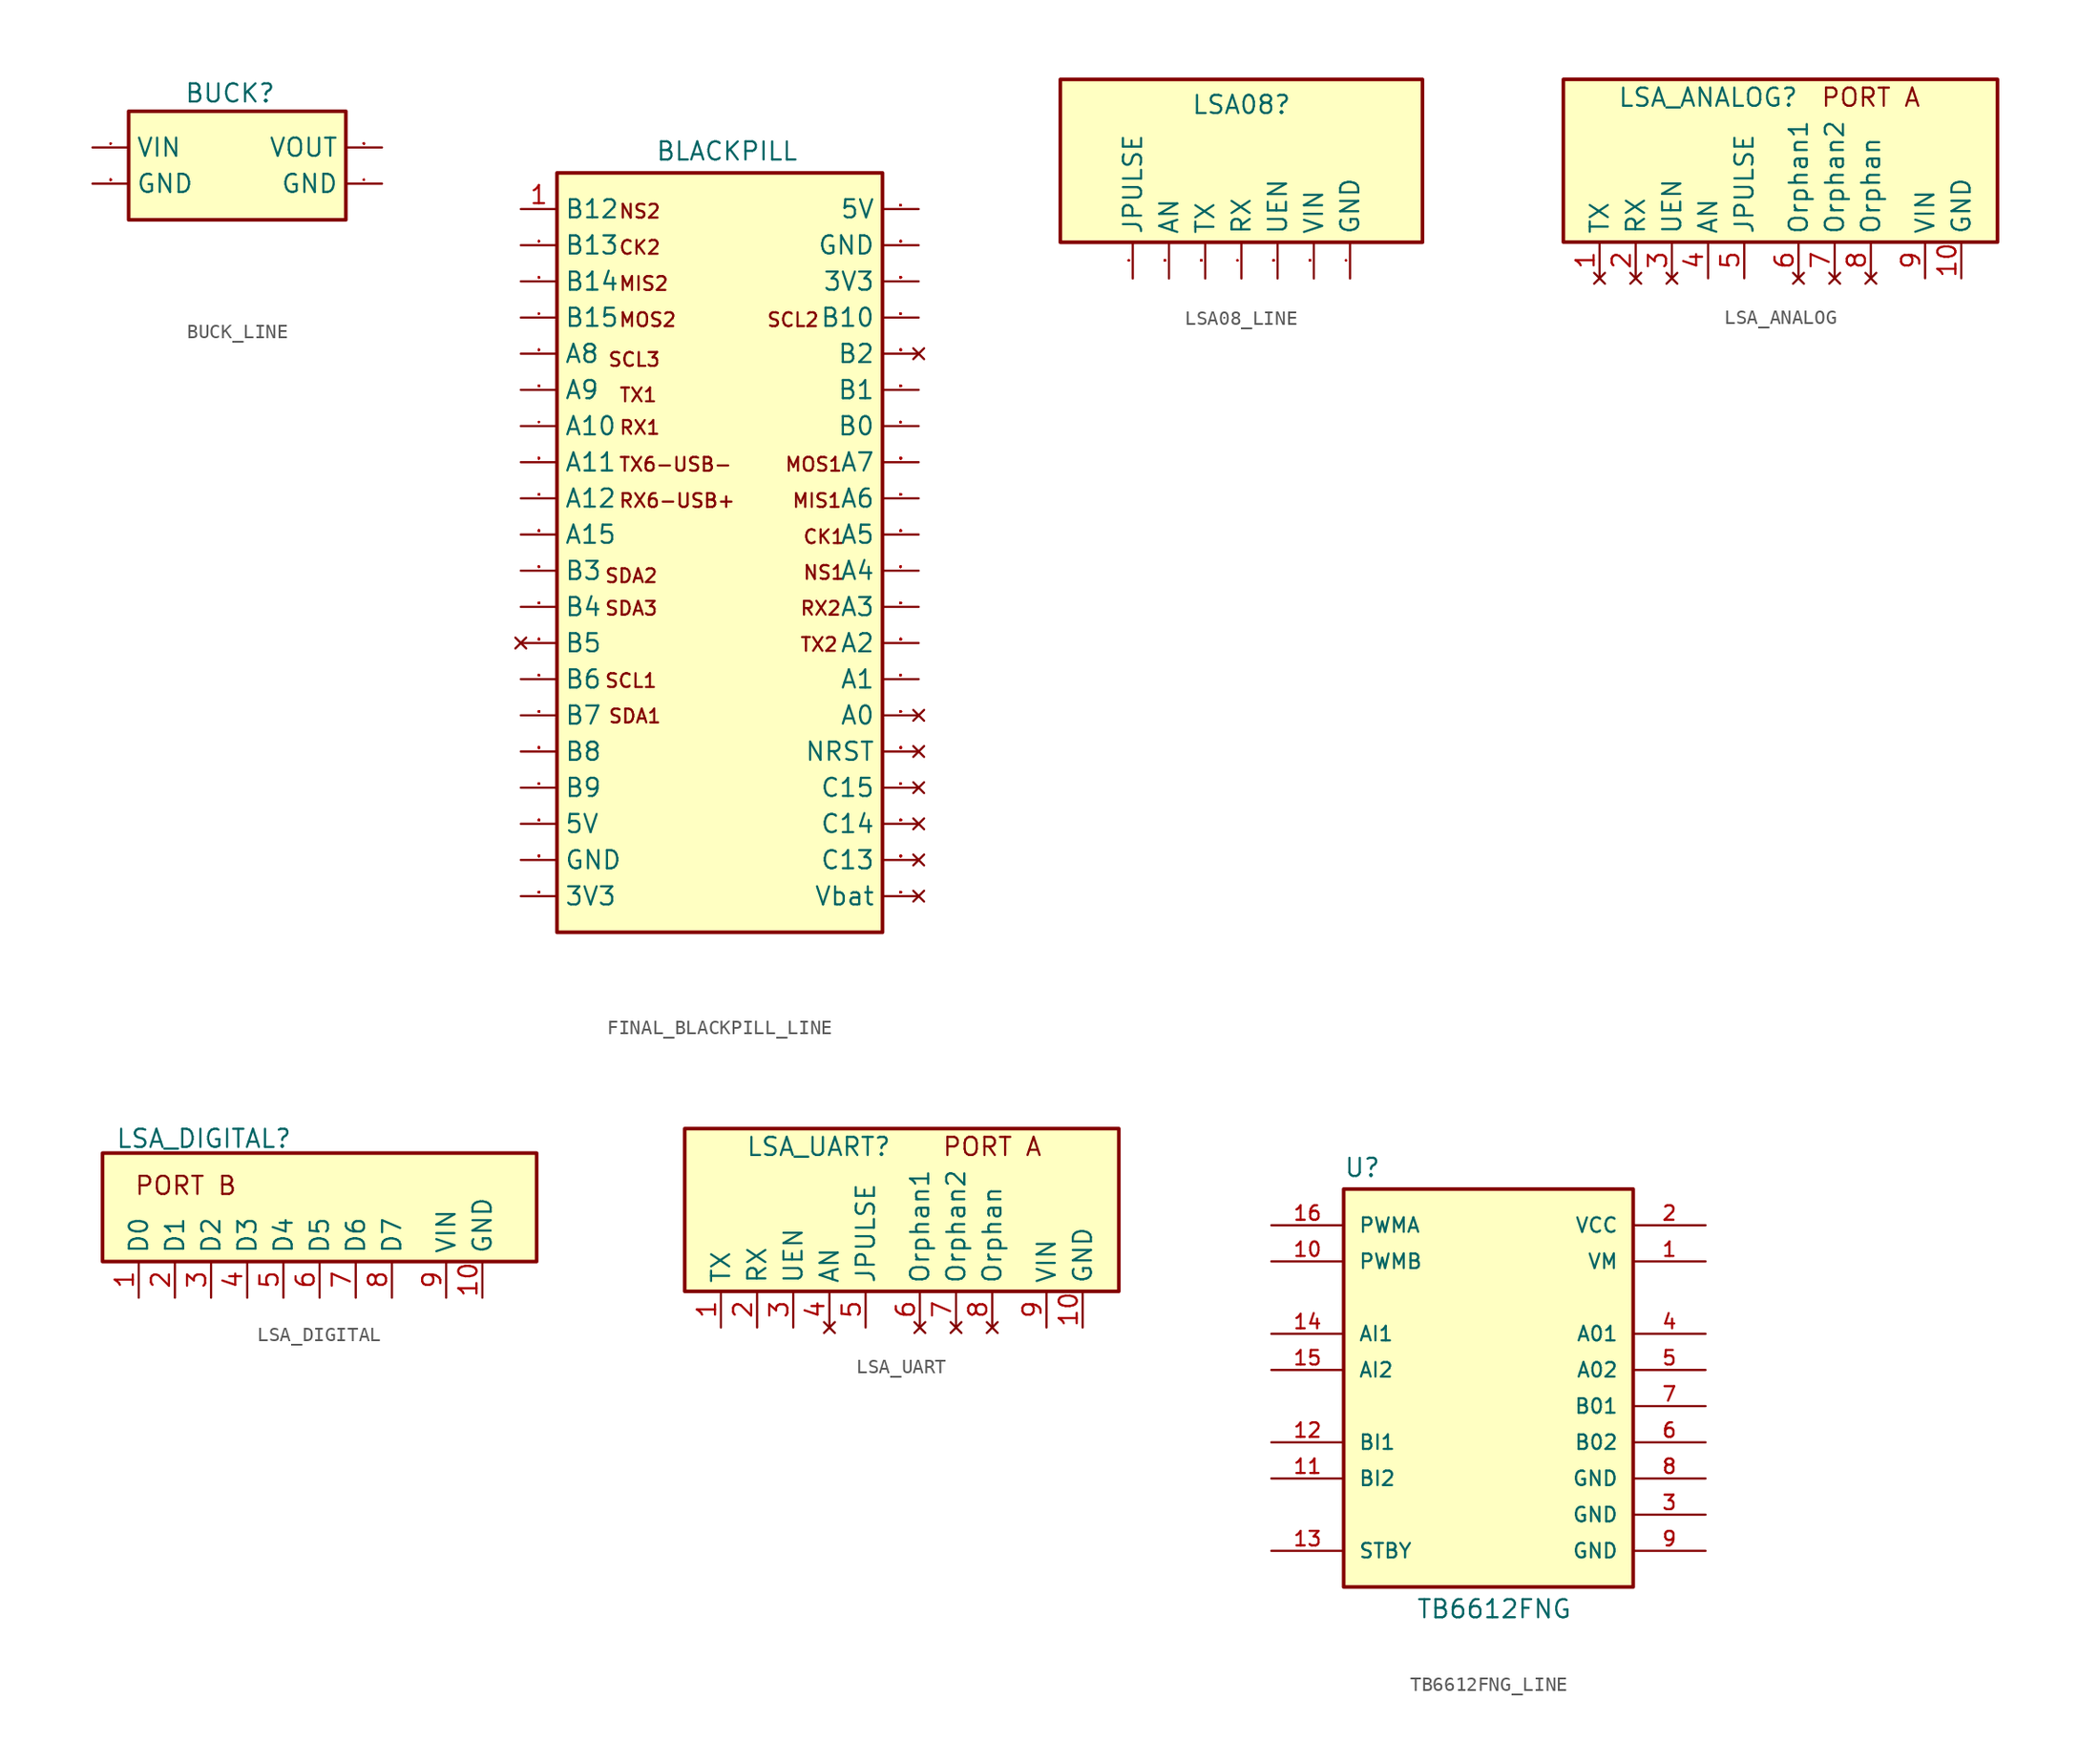
<source format=kicad_sym>
(kicad_symbol_lib
  (version 20231120)
  (generator "kicad_symbol_editor")
  (generator_version "8.0")
  (symbol "BUCK_LINE"
    (property "Reference" "BUCK"
      (at 7.112 13.97 0)
      (effects (font (size 1.27 1.27))))
    (property "Value" ""
      (at 0 0 0)
      (effects (font (size 1.27 1.27))))
    (symbol "BUCK_LINE_1_0"
      (rectangle (start 0 12.7) (end 15.24 5.08) (stroke (width 0.254) (type solid)) (fill (type background)))
      (pin power_in line (at -2.54 10.16 0) (length 2.54) (name "VIN" (effects (font (size 1.27 1.27)))) (number "1" (effects (font (size 0.025 0.025)))))
      (pin power_out line (at 17.78 10.16 180) (length 2.54) (name "VOUT" (effects (font (size 1.27 1.27)))) (number "2" (effects (font (size 0.025 0.025)))))
      (pin power_in line (at -2.54 7.62 0) (length 2.54) (name "GND" (effects (font (size 1.27 1.27)))) (number "3" (effects (font (size 0.025 0.025)))))
      (pin power_in line (at 17.78 7.62 180) (length 2.54) (name "GND" (effects (font (size 1.27 1.27)))) (number "4" (effects (font (size 0.025 0.025)))))))
  (symbol "FINAL_BLACKPILL_LINE"
    (property "Reference" "m"
      (at -6.604 34.036 0)
      (effects (font (size 1.27 1.27)) (hide yes)))
    (property "Value" "BLACKPILL"
      (at -5.842 30.734 0)
      (effects (font (size 1.27 1.27))))
    (symbol "FINAL_BLACKPILL_LINE_0_0"
      (text "CK1" (at -0.559 4.216 0) (effects (font (face "KiCad Font") (size 0.965 0.965)) (justify left top)))
      (text "CK2" (at -13.487 24.536 0) (effects (font (face "KiCad Font") (size 0.965 0.965)) (justify left top)))
      (text "MIS1" (at -1.321 6.756 0) (effects (font (face "KiCad Font") (size 0.965 0.965)) (justify left top)))
      (text "MIS2" (at -13.487 21.996 0) (effects (font (face "KiCad Font") (size 0.965 0.965)) (justify left top)))
      (text "MOS1" (at -1.829 9.296 0) (effects (font (face "KiCad Font") (size 0.965 0.965)) (justify left top)))
      (text "MOS2" (at -13.487 19.456 0) (effects (font (face "KiCad Font") (size 0.965 0.965)) (justify left top)))
      (text "NS1" (at -0.559 1.702 0) (effects (font (face "KiCad Font") (size 0.965 0.965)) (justify left top)))
      (text "NS2" (at -13.487 27.076 0) (effects (font (face "KiCad Font") (size 0.965 0.965)) (justify left top)))
      (text "RX1" (at -13.462 11.887 0) (effects (font (face "KiCad Font") (size 0.965 0.965)) (justify left top)))
      (text "RX2" (at -0.762 -0.813 0) (effects (font (face "KiCad Font") (size 0.965 0.965)) (justify left top)))
      (text "RX6-USB+" (at -13.487 6.756 0) (effects (font (face "KiCad Font") (size 0.965 0.965)) (justify left top)))
      (text "SCL1" (at -14.478 -5.893 0) (effects (font (face "KiCad Font") (size 0.965 0.965)) (justify left top)))
      (text "SCL2" (at -3.099 19.456 0) (effects (font (face "KiCad Font") (size 0.965 0.965)) (justify left top)))
      (text "SCL3" (at -14.249 16.662 0) (effects (font (face "KiCad Font") (size 0.965 0.965)) (justify left top)))
      (text "SDA1" (at -14.224 -8.382 0) (effects (font (face "KiCad Font") (size 0.965 0.965)) (justify left top)))
      (text "SDA2" (at -14.478 1.473 0) (effects (font (face "KiCad Font") (size 0.965 0.965)) (justify left top)))
      (text "SDA3" (at -14.478 -0.813 0) (effects (font (face "KiCad Font") (size 0.965 0.965)) (justify left top)))
      (text "TX1" (at -13.462 14.173 0) (effects (font (face "KiCad Font") (size 0.965 0.965)) (justify left top)))
      (text "TX2" (at -0.762 -3.353 0) (effects (font (face "KiCad Font") (size 0.965 0.965)) (justify left top)))
      (text "TX6-USB-" (at -13.487 9.296 0) (effects (font (face "KiCad Font") (size 0.965 0.965)) (justify left top)))
      (pin bidirectional line (at -20.32 3.81 0) (length 2.54) (name "A15" (effects (font (size 1.27 1.27)))) (number "10" (effects (font (size 0.025 0.025)))))
      (pin bidirectional line (at -20.32 1.27 0) (length 2.54) (name "B3" (effects (font (size 1.27 1.27)))) (number "11" (effects (font (size 0.025 0.025)))))
      (pin bidirectional line (at -20.32 -1.27 0) (length 2.54) (name "B4" (effects (font (size 1.27 1.27)))) (number "12" (effects (font (size 0.025 0.025)))))
      (pin no_connect line (at -20.32 -3.81 0) (length 2.54) (name "B5" (effects (font (size 1.27 1.27)))) (number "13" (effects (font (size 0.025 0.025)))))
      (pin bidirectional line (at -20.32 -6.35 0) (length 2.54) (name "B6" (effects (font (size 1.27 1.27)))) (number "14" (effects (font (size 0.025 0.025)))))
      (pin bidirectional line (at -20.32 -8.89 0) (length 2.54) (name "B7" (effects (font (size 1.27 1.27)))) (number "15" (effects (font (size 0.025 0.025)))))
      (pin bidirectional line (at -20.32 -11.43 0) (length 2.54) (name "B8" (effects (font (size 1.27 1.27)))) (number "16" (effects (font (size 0.025 0.025)))))
      (pin bidirectional line (at -20.32 -13.97 0) (length 2.54) (name "B9" (effects (font (size 1.27 1.27)))) (number "17" (effects (font (size 0.025 0.025)))))
      (pin bidirectional line (at -20.32 24.13 0) (length 2.54) (name "B13" (effects (font (size 1.27 1.27)))) (number "2" (effects (font (size 0.025 0.025)))))
      (pin bidirectional line (at 7.62 19.05 180) (length 2.54) (name "B10" (effects (font (size 1.27 1.27)))) (number "24" (effects (font (size 0.025 0.025)))))
      (pin no_connect line (at 7.62 16.51 180) (length 2.54) (name "B2" (effects (font (size 1.27 1.27)))) (number "25" (effects (font (size 0.025 0.025)))))
      (pin bidirectional line (at 7.62 13.97 180) (length 2.54) (name "B1" (effects (font (size 1.27 1.27)))) (number "26" (effects (font (size 0.025 0.025)))))
      (pin bidirectional line (at 7.62 11.43 180) (length 2.54) (name "B0" (effects (font (size 1.27 1.27)))) (number "27" (effects (font (size 0.025 0.025)))))
      (pin bidirectional line (at 7.62 8.89 180) (length 2.54) (name "A7" (effects (font (size 1.27 1.27)))) (number "28" (effects (font (size 0.025 0.025)))))
      (pin bidirectional line (at 7.62 6.35 180) (length 2.54) (name "A6" (effects (font (size 1.27 1.27)))) (number "29" (effects (font (size 0.025 0.025)))))
      (pin bidirectional line (at -20.32 21.59 0) (length 2.54) (name "B14" (effects (font (size 1.27 1.27)))) (number "3" (effects (font (size 0.025 0.025)))))
      (pin bidirectional line (at 7.62 3.81 180) (length 2.54) (name "A5" (effects (font (size 1.27 1.27)))) (number "30" (effects (font (size 0.025 0.025)))))
      (pin bidirectional line (at 7.62 1.27 180) (length 2.54) (name "A4" (effects (font (size 1.27 1.27)))) (number "31" (effects (font (size 0.025 0.025)))))
      (pin bidirectional line (at 7.62 -1.27 180) (length 2.54) (name "A3" (effects (font (size 1.27 1.27)))) (number "32" (effects (font (size 0.025 0.025)))))
      (pin bidirectional line (at 7.62 -3.81 180) (length 2.54) (name "A2" (effects (font (size 1.27 1.27)))) (number "33" (effects (font (size 0.025 0.025)))))
      (pin bidirectional line (at 7.62 -6.35 180) (length 2.54) (name "A1" (effects (font (size 1.27 1.27)))) (number "34" (effects (font (size 0.025 0.025)))))
      (pin no_connect line (at 7.62 -8.89 180) (length 2.54) (name "A0" (effects (font (size 1.27 1.27)))) (number "35" (effects (font (size 0.025 0.025)))))
      (pin no_connect line (at 7.62 -13.97 180) (length 2.54) (name "C15" (effects (font (size 1.27 1.27)))) (number "37" (effects (font (size 0.025 0.025)))))
      (pin no_connect line (at 7.62 -16.51 180) (length 2.54) (name "C14" (effects (font (size 1.27 1.27)))) (number "38" (effects (font (size 0.025 0.025)))))
      (pin no_connect line (at 7.62 -19.05 180) (length 2.54) (name "C13" (effects (font (size 1.27 1.27)))) (number "39" (effects (font (size 0.025 0.025)))))
      (pin bidirectional line (at -20.32 19.05 0) (length 2.54) (name "B15" (effects (font (size 1.27 1.27)))) (number "4" (effects (font (size 0.025 0.025)))))
      (pin bidirectional line (at -20.32 16.51 0) (length 2.54) (name "A8" (effects (font (size 1.27 1.27)))) (number "5" (effects (font (size 0.025 0.025)))))
      (pin bidirectional line (at -20.32 13.97 0) (length 2.54) (name "A9" (effects (font (size 1.27 1.27)))) (number "6" (effects (font (size 0.025 0.025)))))
      (pin bidirectional line (at -20.32 11.43 0) (length 2.54) (name "A10" (effects (font (size 1.27 1.27)))) (number "7" (effects (font (size 0.025 0.025)))))
      (pin bidirectional line (at -20.32 8.89 0) (length 2.54) (name "A11" (effects (font (size 1.27 1.27)))) (number "8" (effects (font (size 0.025 0.025)))))
      (pin bidirectional line (at -20.32 6.35 0) (length 2.54) (name "A12" (effects (font (size 1.27 1.27)))) (number "9" (effects (font (size 0.025 0.025))))))
    (symbol "FINAL_BLACKPILL_LINE_1_0"
      (rectangle (start -17.78 29.21) (end 5.08 -24.13) (stroke (width 0.254) (type solid)) (fill (type background)))
      (pin bidirectional line (at -20.32 26.67 0) (length 2.54) (name "B12" (effects (font (size 1.27 1.27)))) (number "1" (effects (font (size 1.27 1.27)))))
      (pin power_in line (at -20.32 -16.51 0) (length 2.54) (name "5V" (effects (font (size 1.27 1.27)))) (number "18" (effects (font (size 0.025 0.025)))))
      (pin power_in line (at -20.32 -19.05 0) (length 2.54) (name "GND" (effects (font (size 1.27 1.27)))) (number "19" (effects (font (size 0.025 0.025)))))
      (pin power_in line (at -20.32 -21.59 0) (length 2.54) (name "3V3" (effects (font (size 1.27 1.27)))) (number "20" (effects (font (size 0.025 0.025)))))
      (pin power_in line (at 7.62 26.67 180) (length 2.54) (name "5V" (effects (font (size 1.27 1.27)))) (number "21" (effects (font (size 0.025 0.025)))))
      (pin power_in line (at 7.62 24.13 180) (length 2.54) (name "GND" (effects (font (size 1.27 1.27)))) (number "22" (effects (font (size 0.025 0.025)))))
      (pin power_in line (at 7.62 21.59 180) (length 2.54) (name "3V3" (effects (font (size 1.27 1.27)))) (number "23" (effects (font (size 0.025 0.025)))))
      (pin no_connect line (at 7.62 -11.43 180) (length 2.54) (name "NRST" (effects (font (size 1.27 1.27)))) (number "36" (effects (font (size 0.025 0.025)))))
      (pin no_connect line (at 7.62 -21.59 180) (length 2.54) (name "Vbat" (effects (font (size 1.27 1.27)))) (number "40" (effects (font (size 0.025 0.025)))))))
  (symbol "LSA08_LINE"
    (property "Reference" "LSA08"
      (at 0 29.972 0)
      (effects (font (size 1.27 1.27))))
    (property "Value" ""
      (at 11.43 17.78 90)
      (effects (font (size 1.27 1.27))))
    (symbol "LSA08_LINE_1_0"
      (rectangle (start -12.7 20.32) (end 12.7 31.75) (stroke (width 0.254) (type solid)) (fill (type background)))
      (pin output line (at -7.62 17.78 90) (length 2.54) (name "JPULSE" (effects (font (size 1.27 1.27)))) (number "1" (effects (font (size 0.025 0.025)))))
      (pin output line (at -5.08 17.78 90) (length 2.54) (name "AN" (effects (font (size 1.27 1.27)))) (number "2" (effects (font (size 0.025 0.025)))))
      (pin output line (at -2.54 17.78 90) (length 2.54) (name "TX" (effects (font (size 1.27 1.27)))) (number "3" (effects (font (size 0.025 0.025)))))
      (pin input line (at 0 17.78 90) (length 2.54) (name "RX" (effects (font (size 1.27 1.27)))) (number "4" (effects (font (size 0.025 0.025)))))
      (pin input line (at 2.54 17.78 90) (length 2.54) (name "UEN" (effects (font (size 1.27 1.27)))) (number "5" (effects (font (size 0.025 0.025)))))
      (pin power_in line (at 5.08 17.78 90) (length 2.54) (name "VIN" (effects (font (size 1.27 1.27)))) (number "6" (effects (font (size 0.025 0.025)))))
      (pin power_in line (at 7.62 17.78 90) (length 2.54) (name "GND" (effects (font (size 1.27 1.27)))) (number "7" (effects (font (size 0.025 0.025)))))))
  (symbol "LSA_ANALOG"
    (property "Reference" "LSA_ANALOG"
      (at -5.08 7.62 0)
      (effects (font (size 1.27 1.27))))
    (property "Value" ""
      (at 0 0 0)
      (effects (font (size 1.27 1.27))))
    (symbol "LSA_ANALOG_1_0"
      (rectangle (start -15.24 8.89) (end 15.24 -2.54) (stroke (width 0.254) (type solid)) (fill (type background))))
    (symbol "LSA_ANALOG_1_1"
      (text "PORT A\n" (at 6.35 7.62 0) (effects (font (size 1.27 1.27))))
      (pin no_connect line (at -12.7 -5.08 90) (length 2.54) (name "TX" (effects (font (size 1.27 1.27)))) (number "1" (effects (font (size 1.27 1.27)))))
      (pin bidirectional line (at 12.7 -5.08 90) (length 2.54) (name "GND" (effects (font (size 1.27 1.27)))) (number "10" (effects (font (size 1.27 1.27)))))
      (pin no_connect line (at -10.16 -5.08 90) (length 2.54) (name "RX" (effects (font (size 1.27 1.27)))) (number "2" (effects (font (size 1.27 1.27)))))
      (pin no_connect line (at -7.62 -5.08 90) (length 2.54) (name "UEN" (effects (font (size 1.27 1.27)))) (number "3" (effects (font (size 1.27 1.27)))))
      (pin bidirectional line (at -5.08 -5.08 90) (length 2.54) (name "AN" (effects (font (size 1.27 1.27)))) (number "4" (effects (font (size 1.27 1.27)))))
      (pin bidirectional line (at -2.54 -5.08 90) (length 2.54) (name "JPULSE" (effects (font (size 1.27 1.27)))) (number "5" (effects (font (size 1.27 1.27)))))
      (pin no_connect line (at 1.27 -5.08 90) (length 2.54) (name "Orphan1" (effects (font (size 1.27 1.27)))) (number "6" (effects (font (size 1.27 1.27)))))
      (pin no_connect line (at 3.81 -5.08 90) (length 2.54) (name "Orphan2" (effects (font (size 1.27 1.27)))) (number "7" (effects (font (size 1.27 1.27)))))
      (pin no_connect line (at 6.35 -5.08 90) (length 2.54) (name "Orphan" (effects (font (size 1.27 1.27)))) (number "8" (effects (font (size 1.27 1.27)))))
      (pin bidirectional line (at 10.16 -5.08 90) (length 2.54) (name "VIN" (effects (font (size 1.27 1.27)))) (number "9" (effects (font (size 1.27 1.27)))))))
  (symbol "LSA_DIGITAL"
    (property "Reference" "LSA_DIGITAL"
      (at 4.572 8.636 0)
      (effects (font (size 1.27 1.27))))
    (property "Value" ""
      (at 0 0 0)
      (effects (font (size 1.27 1.27))))
    (symbol "LSA_DIGITAL_1_0"
      (rectangle (start -2.54 7.62) (end 27.94 0) (stroke (width 0.254) (type solid)) (fill (type background))))
    (symbol "LSA_DIGITAL_1_1"
      (text "PORT B\n" (at 3.302 5.334 0) (effects (font (size 1.27 1.27))))
      (pin bidirectional line (at 0 -2.54 90) (length 2.54) (name "D0" (effects (font (size 1.27 1.27)))) (number "1" (effects (font (size 1.27 1.27)))))
      (pin bidirectional line (at 24.13 -2.54 90) (length 2.54) (name "GND" (effects (font (size 1.27 1.27)))) (number "10" (effects (font (size 1.27 1.27)))))
      (pin bidirectional line (at 2.54 -2.54 90) (length 2.54) (name "D1" (effects (font (size 1.27 1.27)))) (number "2" (effects (font (size 1.27 1.27)))))
      (pin bidirectional line (at 5.08 -2.54 90) (length 2.54) (name "D2" (effects (font (size 1.27 1.27)))) (number "3" (effects (font (size 1.27 1.27)))))
      (pin bidirectional line (at 7.62 -2.54 90) (length 2.54) (name "D3" (effects (font (size 1.27 1.27)))) (number "4" (effects (font (size 1.27 1.27)))))
      (pin bidirectional line (at 10.16 -2.54 90) (length 2.54) (name "D4" (effects (font (size 1.27 1.27)))) (number "5" (effects (font (size 1.27 1.27)))))
      (pin bidirectional line (at 12.7 -2.54 90) (length 2.54) (name "D5" (effects (font (size 1.27 1.27)))) (number "6" (effects (font (size 1.27 1.27)))))
      (pin bidirectional line (at 15.24 -2.54 90) (length 2.54) (name "D6" (effects (font (size 1.27 1.27)))) (number "7" (effects (font (size 1.27 1.27)))))
      (pin bidirectional line (at 17.78 -2.54 90) (length 2.54) (name "D7" (effects (font (size 1.27 1.27)))) (number "8" (effects (font (size 1.27 1.27)))))
      (pin bidirectional line (at 21.59 -2.54 90) (length 2.54) (name "VIN" (effects (font (size 1.27 1.27)))) (number "9" (effects (font (size 1.27 1.27)))))))
  (symbol "LSA_UART"
    (property "Reference" "LSA_UART"
      (at 0.508 8.89 0)
      (effects (font (size 1.27 1.27))))
    (property "Value" ""
      (at 0 0 0)
      (effects (font (size 1.27 1.27))))
    (symbol "LSA_UART_1_0"
      (rectangle (start -8.89 10.16) (end 21.59 -1.27) (stroke (width 0.254) (type solid)) (fill (type background))))
    (symbol "LSA_UART_1_1"
      (text "PORT A\n" (at 12.7 8.89 0) (effects (font (size 1.27 1.27))))
      (pin bidirectional line (at -6.35 -3.81 90) (length 2.54) (name "TX" (effects (font (size 1.27 1.27)))) (number "1" (effects (font (size 1.27 1.27)))))
      (pin bidirectional line (at 19.05 -3.81 90) (length 2.54) (name "GND" (effects (font (size 1.27 1.27)))) (number "10" (effects (font (size 1.27 1.27)))))
      (pin bidirectional line (at -3.81 -3.81 90) (length 2.54) (name "RX" (effects (font (size 1.27 1.27)))) (number "2" (effects (font (size 1.27 1.27)))))
      (pin bidirectional line (at -1.27 -3.81 90) (length 2.54) (name "UEN" (effects (font (size 1.27 1.27)))) (number "3" (effects (font (size 1.27 1.27)))))
      (pin no_connect line (at 1.27 -3.81 90) (length 2.54) (name "AN" (effects (font (size 1.27 1.27)))) (number "4" (effects (font (size 1.27 1.27)))))
      (pin bidirectional line (at 3.81 -3.81 90) (length 2.54) (name "JPULSE" (effects (font (size 1.27 1.27)))) (number "5" (effects (font (size 1.27 1.27)))))
      (pin no_connect line (at 7.62 -3.81 90) (length 2.54) (name "Orphan1" (effects (font (size 1.27 1.27)))) (number "6" (effects (font (size 1.27 1.27)))))
      (pin no_connect line (at 10.16 -3.81 90) (length 2.54) (name "Orphan2" (effects (font (size 1.27 1.27)))) (number "7" (effects (font (size 1.27 1.27)))))
      (pin no_connect line (at 12.7 -3.81 90) (length 2.54) (name "Orphan" (effects (font (size 1.27 1.27)))) (number "8" (effects (font (size 1.27 1.27)))))
      (pin bidirectional line (at 16.51 -3.81 90) (length 2.54) (name "VIN" (effects (font (size 1.27 1.27)))) (number "9" (effects (font (size 1.27 1.27)))))))
  (symbol "TB6612FNG_LINE"
    (pin_names
      (offset 1.016))
    (property "Reference" "U"
      (at -10.16 16.002 0)
      (effects (font (size 1.27 1.27)) (justify left bottom)))
    (property "Value" "TB6612FNG"
      (at -5.08 -14.986 0)
      (effects (font (size 1.27 1.27)) (justify left bottom)))
    (symbol "TB6612FNG_LINE_0_0"
      (rectangle (start -10.16 -12.7) (end 10.16 15.24) (stroke (width 0.254) (type default)) (fill (type background)))
      (pin power_in line (at 15.24 10.16 180) (length 5.08) (name "VM" (effects (font (size 1.016 1.016)))) (number "1" (effects (font (size 1.016 1.016)))))
      (pin input line (at -15.24 10.16 0) (length 5.08) (name "PWMB" (effects (font (size 1.016 1.016)))) (number "10" (effects (font (size 1.016 1.016)))))
      (pin input line (at -15.24 -5.08 0) (length 5.08) (name "BI2" (effects (font (size 1.016 1.016)))) (number "11" (effects (font (size 1.016 1.016)))))
      (pin input line (at -15.24 -2.54 0) (length 5.08) (name "BI1" (effects (font (size 1.016 1.016)))) (number "12" (effects (font (size 1.016 1.016)))))
      (pin input line (at -15.24 -10.16 0) (length 5.08) (name "STBY" (effects (font (size 1.016 1.016)))) (number "13" (effects (font (size 1.016 1.016)))))
      (pin input line (at -15.24 5.08 0) (length 5.08) (name "AI1" (effects (font (size 1.016 1.016)))) (number "14" (effects (font (size 1.016 1.016)))))
      (pin input line (at -15.24 2.54 0) (length 5.08) (name "AI2" (effects (font (size 1.016 1.016)))) (number "15" (effects (font (size 1.016 1.016)))))
      (pin input line (at -15.24 12.7 0) (length 5.08) (name "PWMA" (effects (font (size 1.016 1.016)))) (number "16" (effects (font (size 1.016 1.016)))))
      (pin power_in line (at 15.24 12.7 180) (length 5.08) (name "VCC" (effects (font (size 1.016 1.016)))) (number "2" (effects (font (size 1.016 1.016)))))
      (pin power_in line (at 15.24 -7.62 180) (length 5.08) (name "GND" (effects (font (size 1.016 1.016)))) (number "3" (effects (font (size 1.016 1.016)))))
      (pin output line (at 15.24 5.08 180) (length 5.08) (name "A01" (effects (font (size 1.016 1.016)))) (number "4" (effects (font (size 1.016 1.016)))))
      (pin output line (at 15.24 2.54 180) (length 5.08) (name "A02" (effects (font (size 1.016 1.016)))) (number "5" (effects (font (size 1.016 1.016)))))
      (pin output line (at 15.24 -2.54 180) (length 5.08) (name "B02" (effects (font (size 1.016 1.016)))) (number "6" (effects (font (size 1.016 1.016)))))
      (pin output line (at 15.24 0 180) (length 5.08) (name "B01" (effects (font (size 1.016 1.016)))) (number "7" (effects (font (size 1.016 1.016)))))
      (pin power_in line (at 15.24 -5.08 180) (length 5.08) (name "GND" (effects (font (size 1.016 1.016)))) (number "8" (effects (font (size 1.016 1.016)))))
      (pin power_in line (at 15.24 -10.16 180) (length 5.08) (name "GND" (effects (font (size 1.016 1.016)))) (number "9" (effects (font (size 1.016 1.016))))))))
</source>
